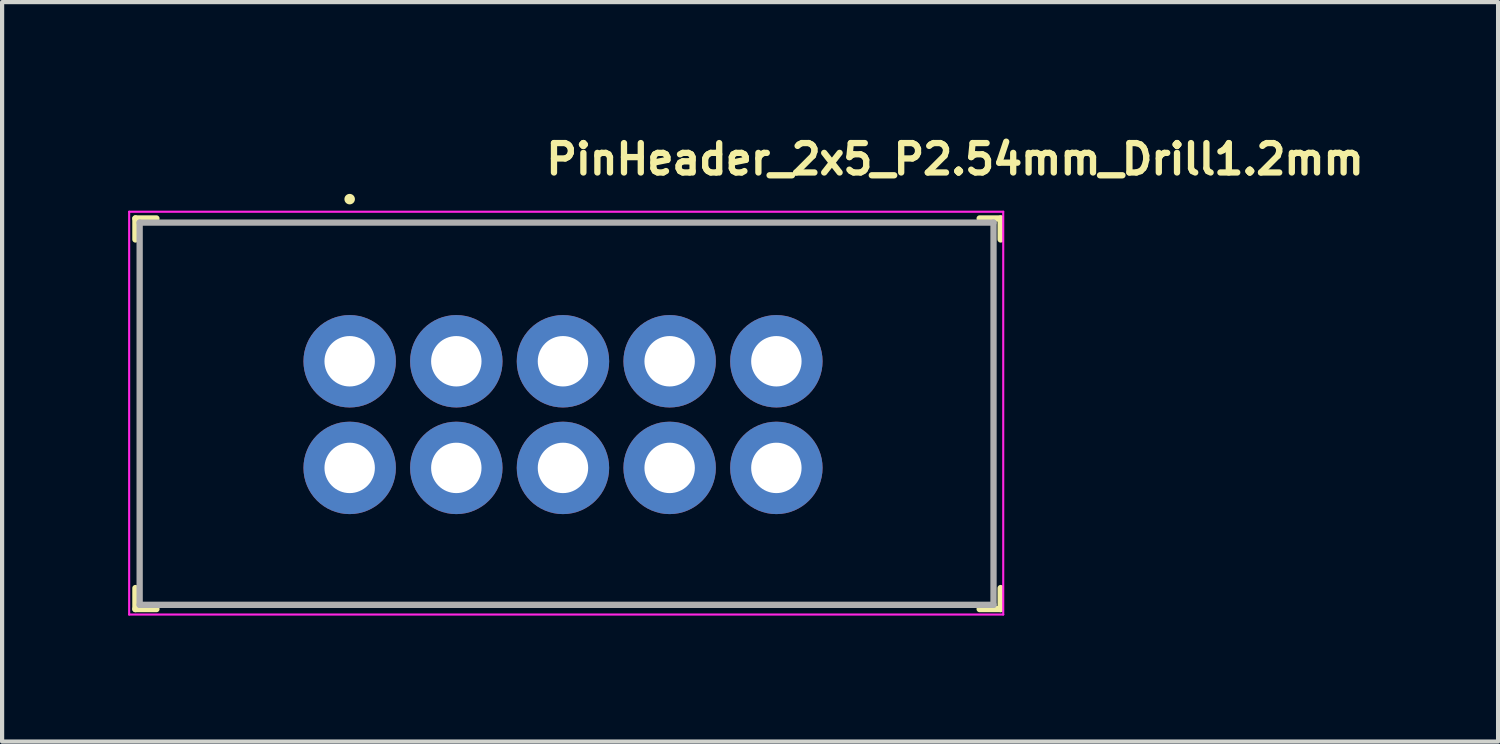
<source format=kicad_pcb>
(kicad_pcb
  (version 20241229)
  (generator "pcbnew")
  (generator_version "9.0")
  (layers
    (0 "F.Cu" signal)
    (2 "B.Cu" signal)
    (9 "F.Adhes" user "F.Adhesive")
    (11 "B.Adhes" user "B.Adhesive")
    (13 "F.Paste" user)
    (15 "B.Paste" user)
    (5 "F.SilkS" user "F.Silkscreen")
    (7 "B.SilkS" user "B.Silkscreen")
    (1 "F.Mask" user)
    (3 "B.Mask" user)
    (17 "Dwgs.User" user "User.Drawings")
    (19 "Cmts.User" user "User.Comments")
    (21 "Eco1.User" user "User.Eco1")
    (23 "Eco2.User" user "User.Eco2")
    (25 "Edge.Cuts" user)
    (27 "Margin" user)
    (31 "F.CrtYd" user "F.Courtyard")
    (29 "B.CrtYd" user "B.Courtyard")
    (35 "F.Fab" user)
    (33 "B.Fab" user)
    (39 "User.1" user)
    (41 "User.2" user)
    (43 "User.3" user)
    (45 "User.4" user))
  (footprint "PinHeader_2x5_P2.54mm_Drill1.2mm"
    (layer "F.Cu")
    (at 5.275 5.551)
    (property "Reference" "PinHeader_2x5_P2.54mm_Drill1.2mm" (at 4.599 -4.401 0) (layer "F.SilkS") (effects (font (size 0.7 0.7) (thickness 0.15)) (justify left bottom)))
    (attr through_hole)
    (fp_line (start -5.101 -3.4) (end -5.101 -2.9) (stroke (width 0.15) (type solid)) (layer "F.SilkS"))
    (fp_line (start -5.101 -3.4) (end -4.601 -3.4) (stroke (width 0.15) (type solid)) (layer "F.SilkS"))
    (fp_line (start -5.101 5.9) (end -5.101 5.4) (stroke (width 0.15) (type solid)) (layer "F.SilkS"))
    (fp_line (start -5.101 5.9) (end -4.601 5.9) (stroke (width 0.15) (type solid)) (layer "F.SilkS"))
    (fp_line (start 15.499 -3.4) (end 14.999 -3.4) (stroke (width 0.15) (type solid)) (layer "F.SilkS"))
    (fp_line (start 15.499 -3.4) (end 15.499 -2.9) (stroke (width 0.15) (type solid)) (layer "F.SilkS"))
    (fp_line (start 15.499 5.9) (end 14.999 5.9) (stroke (width 0.15) (type solid)) (layer "F.SilkS"))
    (fp_line (start 15.499 5.9) (end 15.499 5.4) (stroke (width 0.15) (type solid)) (layer "F.SilkS"))
    (fp_circle (center 0 -3.86) (end 0.05 -3.86) (stroke (width 0.15) (type solid)) (fill yes) (layer "F.SilkS"))
    (fp_line (start -5.25 -3.56) (end -5.25 6.03) (stroke (width 0.05) (type solid)) (layer "F.CrtYd"))
    (fp_line (start 15.56 -3.56) (end -5.25 -3.56) (stroke (width 0.05) (type solid)) (layer "F.CrtYd"))
    (fp_line (start 15.56 -3.56) (end 15.56 6.03) (stroke (width 0.05) (type solid)) (layer "F.CrtYd"))
    (fp_line (start 15.56 6.03) (end -5.25 6.03) (stroke (width 0.05) (type solid)) (layer "F.CrtYd"))
    (fp_line (start -5 -3.301) (end -5 5.799) (stroke (width 0.15) (type solid)) (layer "F.Fab"))
    (fp_line (start -5 -3.301) (end 15.329 -3.301) (stroke (width 0.15) (type solid)) (layer "F.Fab"))
    (fp_line (start -5 5.799) (end 15.329 5.799) (stroke (width 0.15) (type solid)) (layer "F.Fab"))
    (fp_line (start 15.329 -3.301) (end 15.329 5.799) (stroke (width 0.15) (type solid)) (layer "F.Fab"))
    (pad "1" thru_hole circle (at 0 0) (size 2.2 2.2) (drill 1.2) (layers "*.Cu" "*.Mask"))
    (pad "2" thru_hole circle (at 0 2.539) (size 2.2 2.2) (drill 1.2) (layers "*.Cu" "*.Mask"))
    (pad "3" thru_hole circle (at 2.539 0) (size 2.2 2.2) (drill 1.2) (layers "*.Cu" "*.Mask"))
    (pad "4" thru_hole circle (at 2.539 2.539) (size 2.2 2.2) (drill 1.2) (layers "*.Cu" "*.Mask"))
    (pad "5" thru_hole circle (at 5.078 0) (size 2.2 2.2) (drill 1.2) (layers "*.Cu" "*.Mask"))
    (pad "6" thru_hole circle (at 5.078 2.539) (size 2.2 2.2) (drill 1.2) (layers "*.Cu" "*.Mask"))
    (pad "7" thru_hole circle (at 7.618 0) (size 2.2 2.2) (drill 1.2) (layers "*.Cu" "*.Mask"))
    (pad "8" thru_hole circle (at 7.618 2.539) (size 2.2 2.2) (drill 1.2) (layers "*.Cu" "*.Mask"))
    (pad "9" thru_hole circle (at 10.159 0) (size 2.2 2.2) (drill 1.2) (layers "*.Cu" "*.Mask"))
    (pad "10" thru_hole circle (at 10.159 2.539) (size 2.2 2.2) (drill 1.2) (layers "*.Cu" "*.Mask")))
  (gr_rect
    (start -3 -3)
    (end 32.617 14.606)
    (stroke (width 0.1) (type default))
    (fill no)
    (layer "Edge.Cuts")))
</source>
